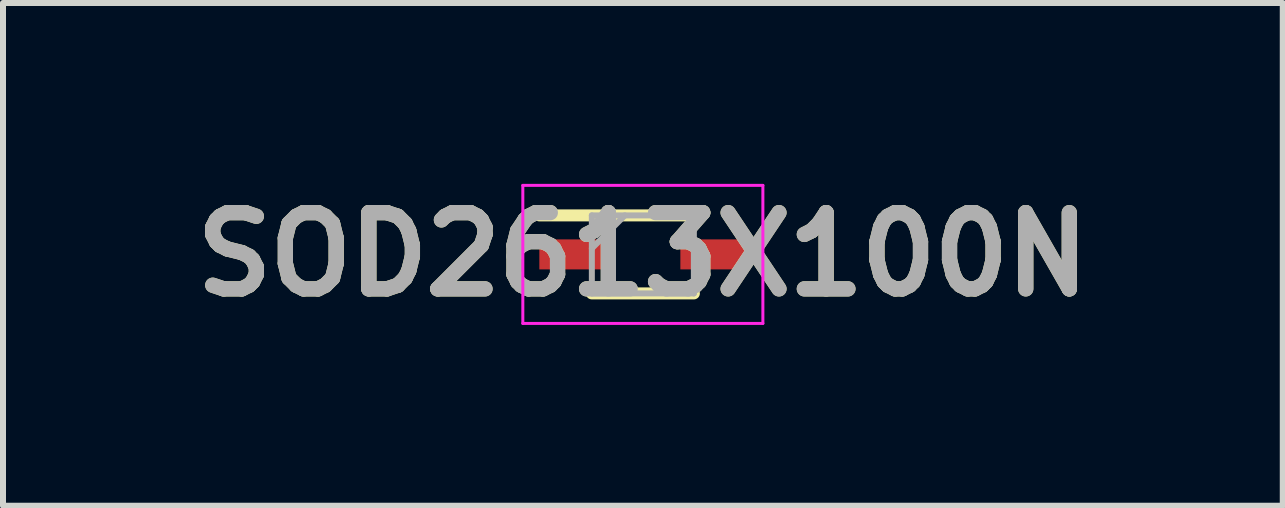
<source format=kicad_pcb>
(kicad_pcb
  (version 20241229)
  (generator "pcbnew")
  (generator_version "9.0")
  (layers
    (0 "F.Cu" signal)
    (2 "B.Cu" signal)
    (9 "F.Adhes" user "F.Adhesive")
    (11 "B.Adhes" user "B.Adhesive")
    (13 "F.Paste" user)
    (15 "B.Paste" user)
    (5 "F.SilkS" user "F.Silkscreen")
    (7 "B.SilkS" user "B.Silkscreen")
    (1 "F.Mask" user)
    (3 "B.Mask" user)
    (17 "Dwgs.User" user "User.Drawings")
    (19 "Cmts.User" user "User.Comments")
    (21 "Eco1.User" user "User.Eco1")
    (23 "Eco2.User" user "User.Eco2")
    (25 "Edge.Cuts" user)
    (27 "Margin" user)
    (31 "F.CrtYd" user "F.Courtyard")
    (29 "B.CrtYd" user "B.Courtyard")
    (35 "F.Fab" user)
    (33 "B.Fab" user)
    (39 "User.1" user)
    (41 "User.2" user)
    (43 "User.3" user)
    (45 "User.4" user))
  (footprint "SOD2613X100N"
    (layer "F.Cu")
    (at 7.662 1.189)
    (property "Reference" "SOD2613X100N" (at 0 0 0) (layer "F.SilkS") (effects (font (size 1.27 1.27) (thickness 0.254))))
    (attr smd)
    (fp_line (start -1.725 -0.65) (end 0.85 -0.65) (stroke (width 0.2) (type solid)) (layer "F.SilkS"))
    (fp_line (start -0.85 0.65) (end 0.85 0.65) (stroke (width 0.2) (type solid)) (layer "F.SilkS"))
    (fp_line (start -2 -1.15) (end 2 -1.15) (stroke (width 0.05) (type solid)) (layer "F.CrtYd"))
    (fp_line (start -2 1.15) (end -2 -1.15) (stroke (width 0.05) (type solid)) (layer "F.CrtYd"))
    (fp_line (start 2 -1.15) (end 2 1.15) (stroke (width 0.05) (type solid)) (layer "F.CrtYd"))
    (fp_line (start 2 1.15) (end -2 1.15) (stroke (width 0.05) (type solid)) (layer "F.CrtYd"))
    (fp_line (start -0.85 -0.65) (end 0.85 -0.65) (stroke (width 0.1) (type solid)) (layer "F.Fab"))
    (fp_line (start -0.85 -0.1) (end -0.3 -0.65) (stroke (width 0.1) (type solid)) (layer "F.Fab"))
    (fp_line (start -0.85 0.65) (end -0.85 -0.65) (stroke (width 0.1) (type solid)) (layer "F.Fab"))
    (fp_line (start 0.85 -0.65) (end 0.85 0.65) (stroke (width 0.1) (type solid)) (layer "F.Fab"))
    (fp_line (start 0.85 0.65) (end -0.85 0.65) (stroke (width 0.1) (type solid)) (layer "F.Fab"))
    (fp_text user "${REFERENCE}" (at 0 0 0) (layer "F.Fab") (effects (font (size 1.27 1.27) (thickness 0.254))))
    (pad "1" smd rect (at -1.175 0 90) (size 0.5 1.1) (layers "F.Cu" "F.Mask" "F.Paste"))
    (pad "2" smd rect (at 1.175 0 90) (size 0.5 1.1) (layers "F.Cu" "F.Mask" "F.Paste")))
  (gr_rect
    (start -3 -3)
    (end 18.325 5.377)
    (stroke (width 0.1) (type default))
    (fill no)
    (layer "Edge.Cuts")))
</source>
